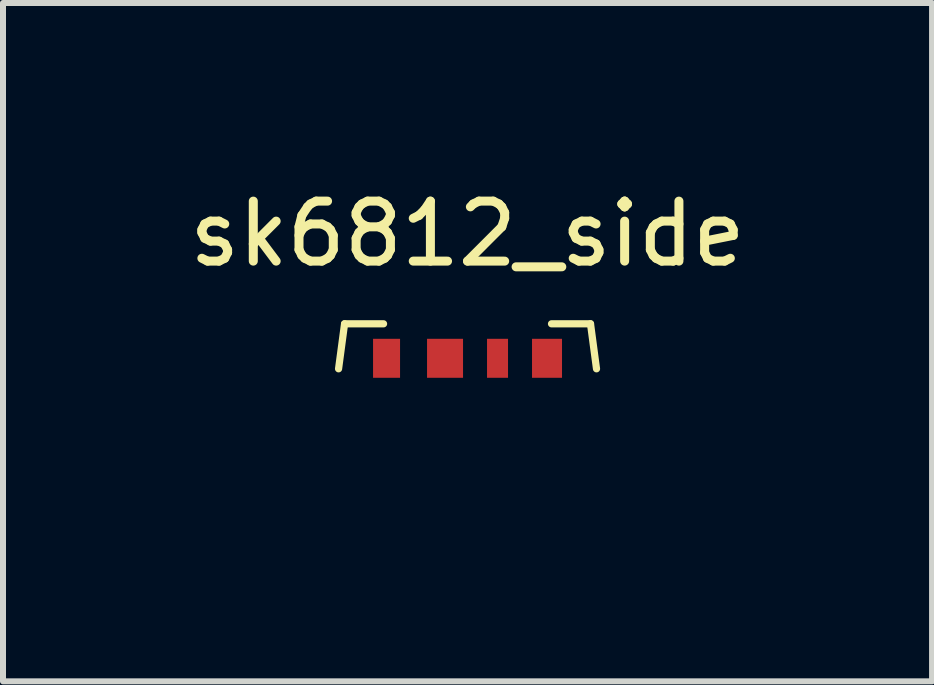
<source format=kicad_pcb>
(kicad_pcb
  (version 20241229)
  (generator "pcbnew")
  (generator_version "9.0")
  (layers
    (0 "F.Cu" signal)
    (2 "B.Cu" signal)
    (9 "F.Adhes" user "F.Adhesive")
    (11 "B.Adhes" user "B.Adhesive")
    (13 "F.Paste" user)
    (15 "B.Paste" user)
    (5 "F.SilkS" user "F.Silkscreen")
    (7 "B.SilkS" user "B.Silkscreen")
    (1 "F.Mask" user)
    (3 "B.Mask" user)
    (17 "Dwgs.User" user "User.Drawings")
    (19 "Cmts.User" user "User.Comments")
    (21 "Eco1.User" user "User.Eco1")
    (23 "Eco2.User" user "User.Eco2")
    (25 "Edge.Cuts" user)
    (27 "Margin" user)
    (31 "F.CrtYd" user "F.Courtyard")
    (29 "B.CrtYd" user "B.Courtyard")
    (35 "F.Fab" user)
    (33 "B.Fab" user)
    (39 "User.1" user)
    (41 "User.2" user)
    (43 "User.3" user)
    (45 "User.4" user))
  (footprint "sk6812_side"
    (layer "F.Cu")
    (at 4.744 3.248)
    (property "Reference" "sk6812_side" (at 0 -2.4 0) (unlocked yes) (layer "F.SilkS") (effects (font (size 1 1) (thickness 0.15))))
    (attr smd)
    (fp_line (start -2.05 -0.9) (end -2.15 -0.15) (stroke (width 0.12) (type solid)) (layer "F.SilkS"))
    (fp_line (start -2.05 -0.9) (end -1.4 -0.9) (stroke (width 0.12) (type solid)) (layer "F.SilkS"))
    (fp_line (start 1.4 -0.9) (end 2.05 -0.9) (stroke (width 0.12) (type solid)) (layer "F.SilkS"))
    (fp_line (start 2.15 -0.15) (end 2.05 -0.9) (stroke (width 0.12) (type solid)) (layer "F.SilkS"))
    (fp_line (start -2 0) (end -1.9 0.75) (stroke (width 0.12) (type solid)) (layer "Eco1.User"))
    (fp_line (start -1.9 -0.75) (end -2 0) (stroke (width 0.12) (type solid)) (layer "Eco1.User"))
    (fp_line (start -1.9 -0.75) (end 1.9 -0.75) (stroke (width 0.12) (type solid)) (layer "Eco1.User"))
    (fp_line (start -1 1) (end -2 2) (stroke (width 0.12) (type solid)) (layer "Eco1.User"))
    (fp_line (start -0.4 1) (end -1 2) (stroke (width 0.12) (type solid)) (layer "Eco1.User"))
    (fp_line (start 0 1) (end 0 2) (stroke (width 0.12) (type solid)) (layer "Eco1.User"))
    (fp_line (start 0.5 1) (end 1 2) (stroke (width 0.12) (type solid)) (layer "Eco1.User"))
    (fp_line (start 1 1) (end 2 2) (stroke (width 0.12) (type solid)) (layer "Eco1.User"))
    (fp_line (start 1.9 0.75) (end -1.9 0.75) (stroke (width 0.12) (type solid)) (layer "Eco1.User"))
    (fp_line (start 1.9 0.75) (end 2 0) (stroke (width 0.12) (type solid)) (layer "Eco1.User"))
    (fp_line (start 2 0) (end 1.9 -0.75) (stroke (width 0.12) (type solid)) (layer "Eco1.User"))
    (pad "1" smd rect (at -1.35 -0.325) (size 0.45 0.65) (layers "F.Cu" "F.Mask" "F.Paste"))
    (pad "2" smd rect (at -0.375 -0.325) (size 0.6 0.65) (layers "F.Cu" "F.Mask" "F.Paste"))
    (pad "3" smd rect (at 0.5 -0.325) (size 0.35 0.65) (layers "F.Cu" "F.Mask" "F.Paste"))
    (pad "4" smd rect (at 1.325 -0.325) (size 0.5 0.65) (layers "F.Cu" "F.Mask" "F.Paste")))
  (gr_rect
    (start -3 -3)
    (end 12.488 8.308)
    (stroke (width 0.1) (type default))
    (fill no)
    (layer "Edge.Cuts")))
</source>
